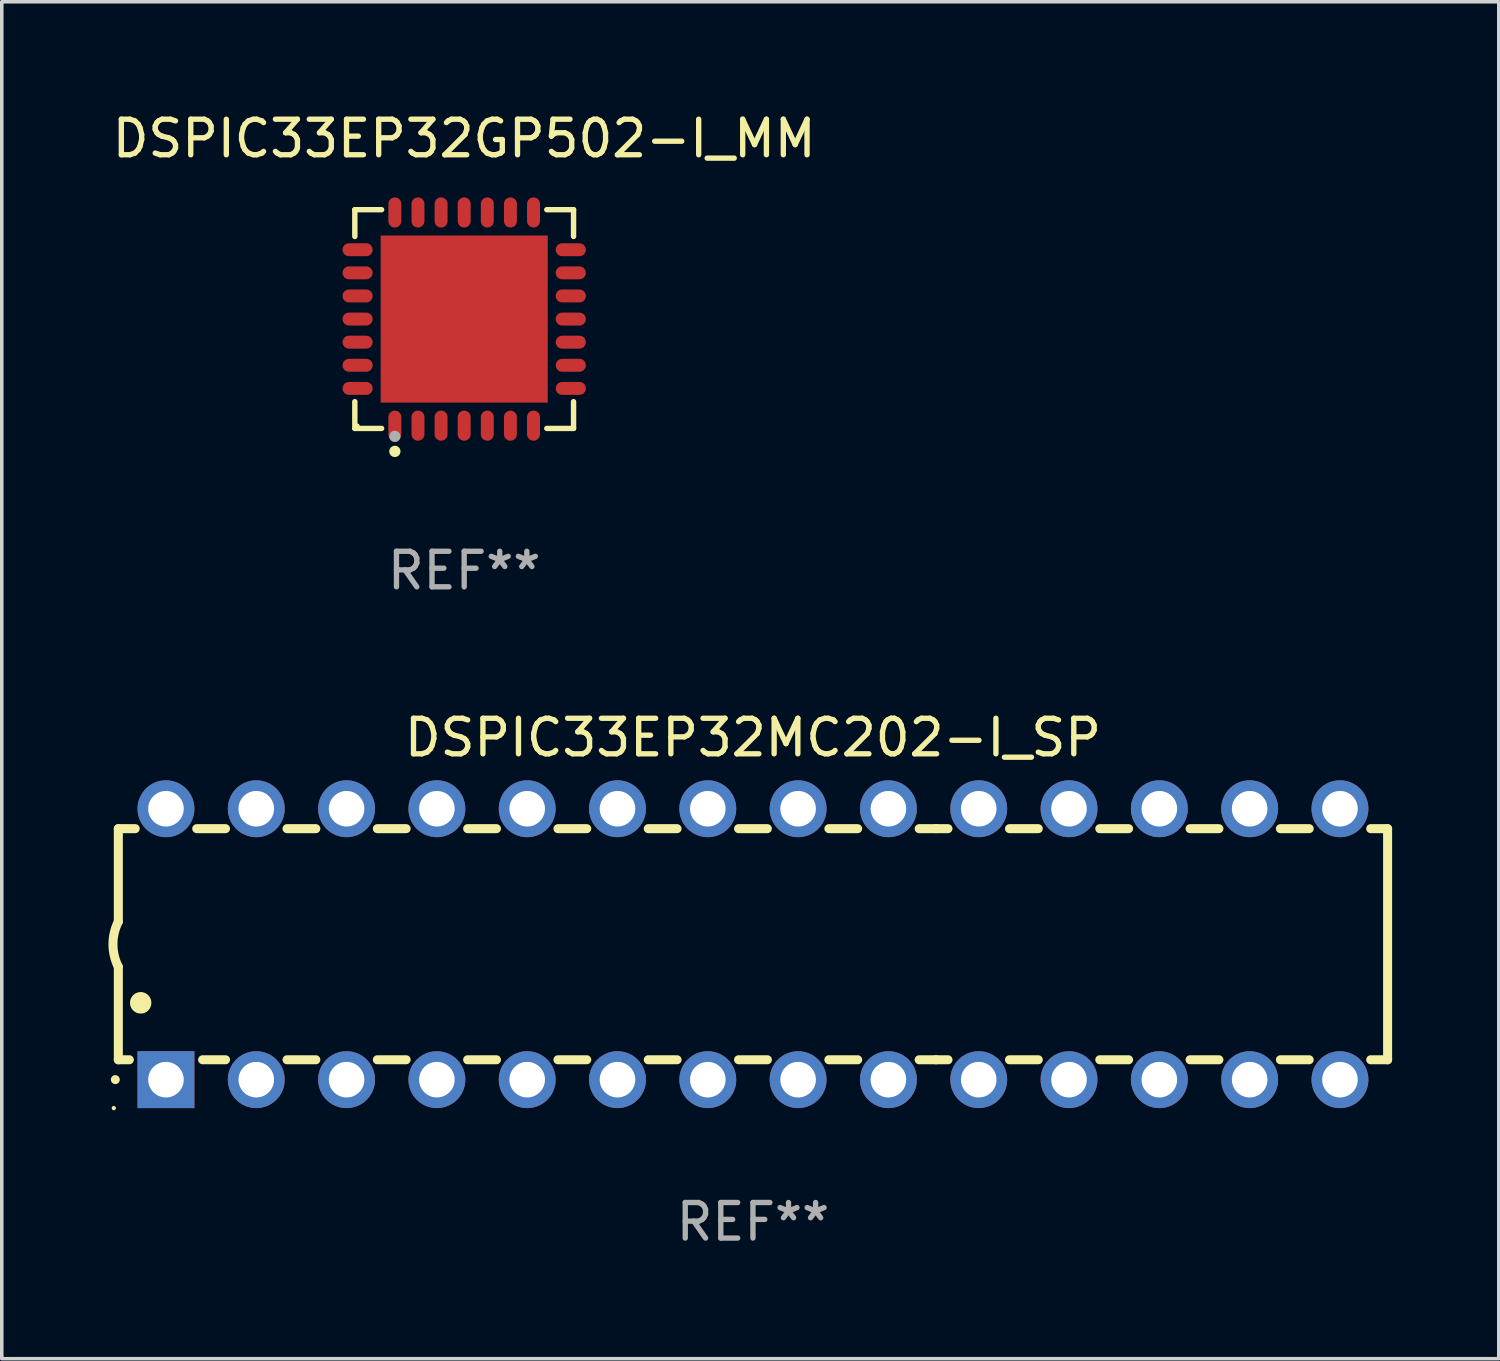
<source format=kicad_pcb>
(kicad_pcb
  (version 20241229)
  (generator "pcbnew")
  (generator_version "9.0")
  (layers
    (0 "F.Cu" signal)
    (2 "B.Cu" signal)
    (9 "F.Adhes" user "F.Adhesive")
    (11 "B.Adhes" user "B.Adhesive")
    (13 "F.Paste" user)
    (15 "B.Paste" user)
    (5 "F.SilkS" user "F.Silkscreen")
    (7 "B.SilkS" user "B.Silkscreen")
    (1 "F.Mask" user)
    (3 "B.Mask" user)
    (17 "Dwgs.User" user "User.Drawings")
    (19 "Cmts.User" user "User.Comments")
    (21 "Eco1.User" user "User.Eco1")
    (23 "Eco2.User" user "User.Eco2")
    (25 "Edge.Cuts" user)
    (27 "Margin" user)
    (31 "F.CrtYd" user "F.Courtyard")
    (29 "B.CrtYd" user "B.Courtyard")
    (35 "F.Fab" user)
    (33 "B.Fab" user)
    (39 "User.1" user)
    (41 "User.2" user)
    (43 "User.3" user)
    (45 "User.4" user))
  (footprint "DSPIC33EP32GP502-I_MM"
    (layer "F.Cu")
    (at 10.006 5.924)
    (property "Reference" "DSPIC33EP32GP502-I_MM" (at 0 -5.076 0) (layer "F.SilkS") (effects (font (size 1 1) (thickness 0.15))))
    (attr through_hole)
    (fp_line (start -3.076 -3.076) (end -2.323 -3.076) (stroke (width 0.152) (type solid)) (layer "F.SilkS"))
    (fp_line (start -3.076 -2.323) (end -3.076 -3.076) (stroke (width 0.152) (type solid)) (layer "F.SilkS"))
    (fp_line (start -3.076 2.323) (end -3.076 3.076) (stroke (width 0.152) (type solid)) (layer "F.SilkS"))
    (fp_line (start -3.076 3.076) (end -2.323 3.076) (stroke (width 0.152) (type solid)) (layer "F.SilkS"))
    (fp_line (start 3.076 -3.076) (end 2.323 -3.076) (stroke (width 0.152) (type solid)) (layer "F.SilkS"))
    (fp_line (start 3.076 -2.323) (end 3.076 -3.076) (stroke (width 0.152) (type solid)) (layer "F.SilkS"))
    (fp_line (start 3.076 2.323) (end 3.076 3.076) (stroke (width 0.152) (type solid)) (layer "F.SilkS"))
    (fp_line (start 3.076 3.076) (end 2.323 3.076) (stroke (width 0.152) (type solid)) (layer "F.SilkS"))
    (fp_circle (center -3 3) (end -2.97 3) (stroke (width 0.06) (type solid)) (fill no) (layer "F.SilkS"))
    (fp_circle (center -1.95 3.722) (end -1.87 3.722) (stroke (width 0.16) (type solid)) (fill no) (layer "F.SilkS"))
    (fp_circle (center -1.95 3.3) (end -1.87 3.3) (stroke (width 0.16) (type solid)) (fill no) (layer "F.Fab"))
    (fp_text user "REF**" (at 0 7.076 0) (layer "F.Fab") (effects (font (size 1 1) (thickness 0.15))))
    (pad "1" smd oval (at -1.95 2.998) (size 0.364 0.847) (layers "F.Cu" "F.Mask" "F.Paste"))
    (pad "2" smd oval (at -1.3 2.998) (size 0.364 0.847) (layers "F.Cu" "F.Mask" "F.Paste"))
    (pad "3" smd oval (at -0.65 2.998) (size 0.364 0.847) (layers "F.Cu" "F.Mask" "F.Paste"))
    (pad "4" smd oval (at 0 2.998) (size 0.364 0.847) (layers "F.Cu" "F.Mask" "F.Paste"))
    (pad "5" smd oval (at 0.65 2.998) (size 0.364 0.847) (layers "F.Cu" "F.Mask" "F.Paste"))
    (pad "6" smd oval (at 1.3 2.998) (size 0.364 0.847) (layers "F.Cu" "F.Mask" "F.Paste"))
    (pad "7" smd oval (at 1.95 2.998) (size 0.364 0.847) (layers "F.Cu" "F.Mask" "F.Paste"))
    (pad "8" smd oval (at 2.998 1.95) (size 0.847 0.364) (layers "F.Cu" "F.Mask" "F.Paste"))
    (pad "9" smd oval (at 2.998 1.3) (size 0.847 0.364) (layers "F.Cu" "F.Mask" "F.Paste"))
    (pad "10" smd oval (at 2.998 0.65) (size 0.847 0.364) (layers "F.Cu" "F.Mask" "F.Paste"))
    (pad "11" smd oval (at 2.998 0) (size 0.847 0.364) (layers "F.Cu" "F.Mask" "F.Paste"))
    (pad "12" smd oval (at 2.998 -0.65) (size 0.847 0.364) (layers "F.Cu" "F.Mask" "F.Paste"))
    (pad "13" smd oval (at 2.998 -1.3) (size 0.847 0.364) (layers "F.Cu" "F.Mask" "F.Paste"))
    (pad "14" smd oval (at 2.998 -1.95) (size 0.847 0.364) (layers "F.Cu" "F.Mask" "F.Paste"))
    (pad "15" smd oval (at 1.95 -2.998) (size 0.364 0.847) (layers "F.Cu" "F.Mask" "F.Paste"))
    (pad "16" smd oval (at 1.3 -2.998) (size 0.364 0.847) (layers "F.Cu" "F.Mask" "F.Paste"))
    (pad "17" smd oval (at 0.65 -2.998) (size 0.364 0.847) (layers "F.Cu" "F.Mask" "F.Paste"))
    (pad "18" smd oval (at 0 -2.998) (size 0.364 0.847) (layers "F.Cu" "F.Mask" "F.Paste"))
    (pad "19" smd oval (at -0.65 -2.998) (size 0.364 0.847) (layers "F.Cu" "F.Mask" "F.Paste"))
    (pad "20" smd oval (at -1.3 -2.998) (size 0.364 0.847) (layers "F.Cu" "F.Mask" "F.Paste"))
    (pad "21" smd oval (at -1.95 -2.998) (size 0.364 0.847) (layers "F.Cu" "F.Mask" "F.Paste"))
    (pad "22" smd oval (at -2.998 -1.95) (size 0.847 0.364) (layers "F.Cu" "F.Mask" "F.Paste"))
    (pad "23" smd oval (at -2.998 -1.3) (size 0.847 0.364) (layers "F.Cu" "F.Mask" "F.Paste"))
    (pad "24" smd oval (at -2.998 -0.65) (size 0.847 0.364) (layers "F.Cu" "F.Mask" "F.Paste"))
    (pad "25" smd oval (at -2.998 0) (size 0.847 0.364) (layers "F.Cu" "F.Mask" "F.Paste"))
    (pad "26" smd oval (at -2.998 0.65) (size 0.847 0.364) (layers "F.Cu" "F.Mask" "F.Paste"))
    (pad "27" smd oval (at -2.998 1.3) (size 0.847 0.364) (layers "F.Cu" "F.Mask" "F.Paste"))
    (pad "28" smd oval (at -2.998 1.95) (size 0.847 0.364) (layers "F.Cu" "F.Mask" "F.Paste"))
    (pad "29" smd rect (at 0 0) (size 4.7 4.7) (layers "F.Cu" "F.Mask" "F.Paste")))
  (footprint "DSPIC33EP32MC202-I_SP"
    (layer "F.Cu")
    (at 18.128 23.507)
    (property "Reference" "DSPIC33EP32MC202-I_SP" (at 0 -5.81 0) (layer "F.SilkS") (effects (font (size 1 1) (thickness 0.15))))
    (attr through_hole)
    (fp_line (start -17.85 -3.25) (end -17.85 -0.635) (stroke (width 0.254) (type solid)) (layer "F.SilkS"))
    (fp_line (start -17.85 3.25) (end -17.85 0.635) (stroke (width 0.254) (type solid)) (layer "F.SilkS"))
    (fp_line (start -17.85 3.25) (end -17.541 3.25) (stroke (width 0.254) (type solid)) (layer "F.SilkS"))
    (fp_line (start -17.375 -3.25) (end -17.85 -3.25) (stroke (width 0.254) (type solid)) (layer "F.SilkS"))
    (fp_line (start -15.479 3.25) (end -14.835 3.25) (stroke (width 0.254) (type solid)) (layer "F.SilkS"))
    (fp_line (start -14.835 -3.25) (end -15.645 -3.25) (stroke (width 0.254) (type solid)) (layer "F.SilkS"))
    (fp_line (start -13.105 3.25) (end -12.295 3.25) (stroke (width 0.254) (type solid)) (layer "F.SilkS"))
    (fp_line (start -12.295 -3.25) (end -13.105 -3.25) (stroke (width 0.254) (type solid)) (layer "F.SilkS"))
    (fp_line (start -10.565 3.25) (end -9.755 3.25) (stroke (width 0.254) (type solid)) (layer "F.SilkS"))
    (fp_line (start -9.755 -3.25) (end -10.565 -3.25) (stroke (width 0.254) (type solid)) (layer "F.SilkS"))
    (fp_line (start -8.025 3.25) (end -7.215 3.25) (stroke (width 0.254) (type solid)) (layer "F.SilkS"))
    (fp_line (start -7.215 -3.25) (end -8.025 -3.25) (stroke (width 0.254) (type solid)) (layer "F.SilkS"))
    (fp_line (start -5.485 3.25) (end -4.675 3.25) (stroke (width 0.254) (type solid)) (layer "F.SilkS"))
    (fp_line (start -4.675 -3.25) (end -5.485 -3.25) (stroke (width 0.254) (type solid)) (layer "F.SilkS"))
    (fp_line (start -2.945 3.25) (end -2.135 3.25) (stroke (width 0.254) (type solid)) (layer "F.SilkS"))
    (fp_line (start -2.135 -3.25) (end -2.945 -3.25) (stroke (width 0.254) (type solid)) (layer "F.SilkS"))
    (fp_line (start -0.405 3.25) (end 0.405 3.25) (stroke (width 0.254) (type solid)) (layer "F.SilkS"))
    (fp_line (start 0.405 -3.25) (end -0.405 -3.25) (stroke (width 0.254) (type solid)) (layer "F.SilkS"))
    (fp_line (start 2.135 3.25) (end 2.945 3.25) (stroke (width 0.254) (type solid)) (layer "F.SilkS"))
    (fp_line (start 2.945 -3.25) (end 2.135 -3.25) (stroke (width 0.254) (type solid)) (layer "F.SilkS"))
    (fp_line (start 4.675 3.25) (end 5.15 3.25) (stroke (width 0.254) (type solid)) (layer "F.SilkS"))
    (fp_line (start 5.15 -3.25) (end 4.675 -3.25) (stroke (width 0.254) (type solid)) (layer "F.SilkS"))
    (fp_line (start 5.15 -3.25) (end 5.485 -3.25) (stroke (width 0.254) (type solid)) (layer "F.SilkS"))
    (fp_line (start 5.15 3.25) (end 5.485 3.25) (stroke (width 0.254) (type solid)) (layer "F.SilkS"))
    (fp_line (start 7.215 -3.25) (end 8.025 -3.25) (stroke (width 0.254) (type solid)) (layer "F.SilkS"))
    (fp_line (start 7.215 3.25) (end 8.025 3.25) (stroke (width 0.254) (type solid)) (layer "F.SilkS"))
    (fp_line (start 9.755 -3.25) (end 10.565 -3.25) (stroke (width 0.254) (type solid)) (layer "F.SilkS"))
    (fp_line (start 9.755 3.25) (end 10.565 3.25) (stroke (width 0.254) (type solid)) (layer "F.SilkS"))
    (fp_line (start 12.295 -3.25) (end 13.105 -3.25) (stroke (width 0.254) (type solid)) (layer "F.SilkS"))
    (fp_line (start 12.295 3.25) (end 13.105 3.25) (stroke (width 0.254) (type solid)) (layer "F.SilkS"))
    (fp_line (start 14.835 -3.25) (end 15.645 -3.25) (stroke (width 0.254) (type solid)) (layer "F.SilkS"))
    (fp_line (start 14.835 3.25) (end 15.645 3.25) (stroke (width 0.254) (type solid)) (layer "F.SilkS"))
    (fp_line (start 17.375 -3.25) (end 17.85 -3.25) (stroke (width 0.254) (type solid)) (layer "F.SilkS"))
    (fp_line (start 17.375 3.25) (end 17.85 3.25) (stroke (width 0.254) (type solid)) (layer "F.SilkS"))
    (fp_line (start 17.85 -3.25) (end 17.85 3.25) (stroke (width 0.254) (type solid)) (layer "F.SilkS"))
    (fp_arc (start -17.934976 3.810008) (mid -17.934983 3.808738) (end -17.934976 3.807468) (stroke (width 0.25) (type solid)) (layer "F.SilkS"))
    (fp_arc (start -17.851155 0.635002) (mid -18.000677 -0.000132) (end -17.850038 -0.635001) (stroke (width 0.254001) (type solid)) (layer "F.SilkS"))
    (fp_arc (start -17.221234 1.651003) (mid -17.221245 1.648463) (end -17.221234 1.645923) (stroke (width 0.6) (type solid)) (layer "F.SilkS"))
    (fp_circle (center -17.977 4.61) (end -17.947 4.61) (stroke (width 0.06) (type solid)) (fill no) (layer "F.SilkS"))
    (fp_text user "REF**" (at 0 7.81 0) (layer "F.Fab") (effects (font (size 1 1) (thickness 0.15))))
    (pad "1" thru_hole rect (at -16.51 3.81 90) (size 1.6 1.6) (drill 1) (layers "*.Cu" "*.Mask"))
    (pad "2" thru_hole circle (at -13.97 3.81 90) (size 1.6 1.6) (drill 1) (layers "*.Cu" "*.Mask"))
    (pad "3" thru_hole circle (at -11.43 3.81 90) (size 1.6 1.6) (drill 1) (layers "*.Cu" "*.Mask"))
    (pad "4" thru_hole circle (at -8.89 3.81 90) (size 1.6 1.6) (drill 1) (layers "*.Cu" "*.Mask"))
    (pad "5" thru_hole circle (at -6.35 3.81 90) (size 1.6 1.6) (drill 1) (layers "*.Cu" "*.Mask"))
    (pad "6" thru_hole circle (at -3.81 3.81 90) (size 1.6 1.6) (drill 1) (layers "*.Cu" "*.Mask"))
    (pad "7" thru_hole circle (at -1.27 3.81 90) (size 1.6 1.6) (drill 1) (layers "*.Cu" "*.Mask"))
    (pad "8" thru_hole circle (at 1.27 3.81 90) (size 1.6 1.6) (drill 1) (layers "*.Cu" "*.Mask"))
    (pad "9" thru_hole circle (at 3.81 3.81 90) (size 1.6 1.6) (drill 1) (layers "*.Cu" "*.Mask"))
    (pad "10" thru_hole circle (at 6.35 3.81 90) (size 1.6 1.6) (drill 1) (layers "*.Cu" "*.Mask"))
    (pad "11" thru_hole circle (at 8.89 3.81 90) (size 1.6 1.6) (drill 1) (layers "*.Cu" "*.Mask"))
    (pad "12" thru_hole circle (at 11.43 3.81 90) (size 1.6 1.6) (drill 1) (layers "*.Cu" "*.Mask"))
    (pad "13" thru_hole circle (at 13.97 3.81 90) (size 1.6 1.6) (drill 1) (layers "*.Cu" "*.Mask"))
    (pad "14" thru_hole circle (at 16.51 3.81 90) (size 1.6 1.6) (drill 1) (layers "*.Cu" "*.Mask"))
    (pad "15" thru_hole circle (at 16.51 -3.81 90) (size 1.6 1.6) (drill 1) (layers "*.Cu" "*.Mask"))
    (pad "16" thru_hole circle (at 13.97 -3.81 90) (size 1.6 1.6) (drill 1) (layers "*.Cu" "*.Mask"))
    (pad "17" thru_hole circle (at 11.43 -3.81 90) (size 1.6 1.6) (drill 1) (layers "*.Cu" "*.Mask"))
    (pad "18" thru_hole circle (at 8.89 -3.81 90) (size 1.6 1.6) (drill 1) (layers "*.Cu" "*.Mask"))
    (pad "19" thru_hole circle (at 6.35 -3.81 90) (size 1.6 1.6) (drill 1) (layers "*.Cu" "*.Mask"))
    (pad "20" thru_hole circle (at 3.81 -3.81 90) (size 1.6 1.6) (drill 1) (layers "*.Cu" "*.Mask"))
    (pad "21" thru_hole circle (at 1.27 -3.81 90) (size 1.6 1.6) (drill 1) (layers "*.Cu" "*.Mask"))
    (pad "22" thru_hole circle (at -1.27 -3.81 90) (size 1.6 1.6) (drill 1) (layers "*.Cu" "*.Mask"))
    (pad "23" thru_hole circle (at -3.81 -3.81 90) (size 1.6 1.6) (drill 1) (layers "*.Cu" "*.Mask"))
    (pad "24" thru_hole circle (at -6.35 -3.81 90) (size 1.6 1.6) (drill 1) (layers "*.Cu" "*.Mask"))
    (pad "25" thru_hole circle (at -8.89 -3.81 90) (size 1.6 1.6) (drill 1) (layers "*.Cu" "*.Mask"))
    (pad "26" thru_hole circle (at -11.43 -3.81 90) (size 1.6 1.6) (drill 1) (layers "*.Cu" "*.Mask"))
    (pad "27" thru_hole circle (at -13.97 -3.81 90) (size 1.6 1.6) (drill 1) (layers "*.Cu" "*.Mask"))
    (pad "28" thru_hole circle (at -16.51 -3.81 90) (size 1.6 1.6) (drill 1) (layers "*.Cu" "*.Mask")))
  (gr_rect
    (start -3 -3)
    (end 39.105 35.165)
    (stroke (width 0.1) (type default))
    (fill no)
    (layer "Edge.Cuts")))
</source>
